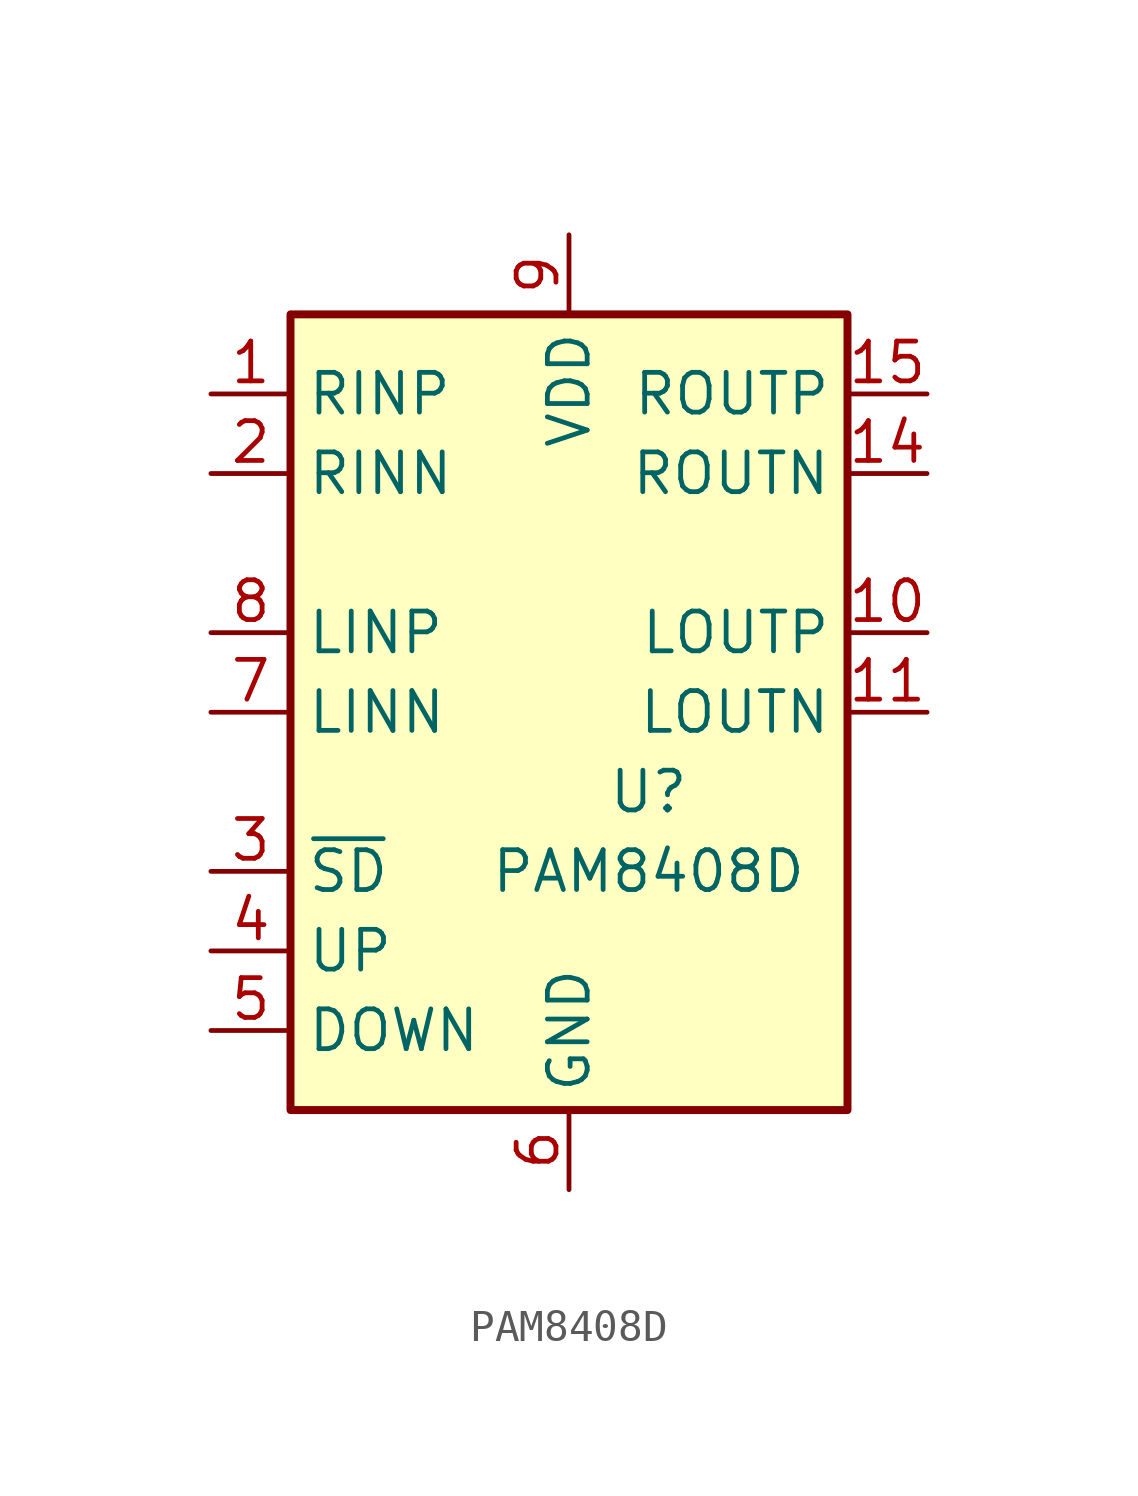
<source format=kicad_sym>
(kicad_symbol_lib
  (version 20241209)
  (generator "kicad_symbol_editor")
  (generator_version "9.0")
  (symbol "PAM8408D"
    (property "Reference" "U"
      (at 2.54 -2.54 0)
      (effects (font (size 1.27 1.27))))
    (property "Value" "PAM8408D"
      (at 2.54 -5.08 0)
      (effects (font (size 1.27 1.27))))
    (symbol "PAM8408D_0_1"
      (rectangle (start -8.89 12.7) (end 8.89 -12.7) (stroke (width 0.254) (type solid)) (fill (type background))))
    (symbol "PAM8408D_1_1"
      (pin input line (at -11.43 10.16 0) (length 2.54) (name "RINP" (effects (font (size 1.27 1.27)))) (number "1" (effects (font (size 1.27 1.27)))))
      (pin input line (at -11.43 7.62 0) (length 2.54) (name "RINN" (effects (font (size 1.27 1.27)))) (number "2" (effects (font (size 1.27 1.27)))))
      (pin input line (at -11.43 2.54 0) (length 2.54) (name "LINP" (effects (font (size 1.27 1.27)))) (number "8" (effects (font (size 1.27 1.27)))))
      (pin input line (at -11.43 0 0) (length 2.54) (name "LINN" (effects (font (size 1.27 1.27)))) (number "7" (effects (font (size 1.27 1.27)))))
      (pin input line (at -11.43 -5.08 0) (length 2.54) (name "~{SD}" (effects (font (size 1.27 1.27)))) (number "3" (effects (font (size 1.27 1.27)))))
      (pin input line (at -11.43 -7.62 0) (length 2.54) (name "UP" (effects (font (size 1.27 1.27)))) (number "4" (effects (font (size 1.27 1.27)))))
      (pin input line (at -11.43 -10.16 0) (length 2.54) (name "DOWN" (effects (font (size 1.27 1.27)))) (number "5" (effects (font (size 1.27 1.27)))))
      (pin passive line (at 0 15.24 270) (length 2.54) (hide yes) (name "VDD" (effects (font (size 1.27 1.27)))) (number "16" (effects (font (size 1.27 1.27)))))
      (pin power_in line (at 0 15.24 270) (length 2.54) (name "VDD" (effects (font (size 1.27 1.27)))) (number "9" (effects (font (size 1.27 1.27)))))
      (pin passive line (at 0 -15.24 90) (length 2.54) (hide yes) (name "GND" (effects (font (size 1.27 1.27)))) (number "12" (effects (font (size 1.27 1.27)))))
      (pin passive line (at 0 -15.24 90) (length 2.54) (hide yes) (name "GND" (effects (font (size 1.27 1.27)))) (number "13" (effects (font (size 1.27 1.27)))))
      (pin power_in line (at 0 -15.24 90) (length 2.54) (name "GND" (effects (font (size 1.27 1.27)))) (number "6" (effects (font (size 1.27 1.27)))))
      (pin output line (at 11.43 10.16 180) (length 2.54) (name "ROUTP" (effects (font (size 1.27 1.27)))) (number "15" (effects (font (size 1.27 1.27)))))
      (pin output line (at 11.43 7.62 180) (length 2.54) (name "ROUTN" (effects (font (size 1.27 1.27)))) (number "14" (effects (font (size 1.27 1.27)))))
      (pin output line (at 11.43 2.54 180) (length 2.54) (name "LOUTP" (effects (font (size 1.27 1.27)))) (number "10" (effects (font (size 1.27 1.27)))))
      (pin output line (at 11.43 0 180) (length 2.54) (name "LOUTN" (effects (font (size 1.27 1.27)))) (number "11" (effects (font (size 1.27 1.27))))))))
</source>
